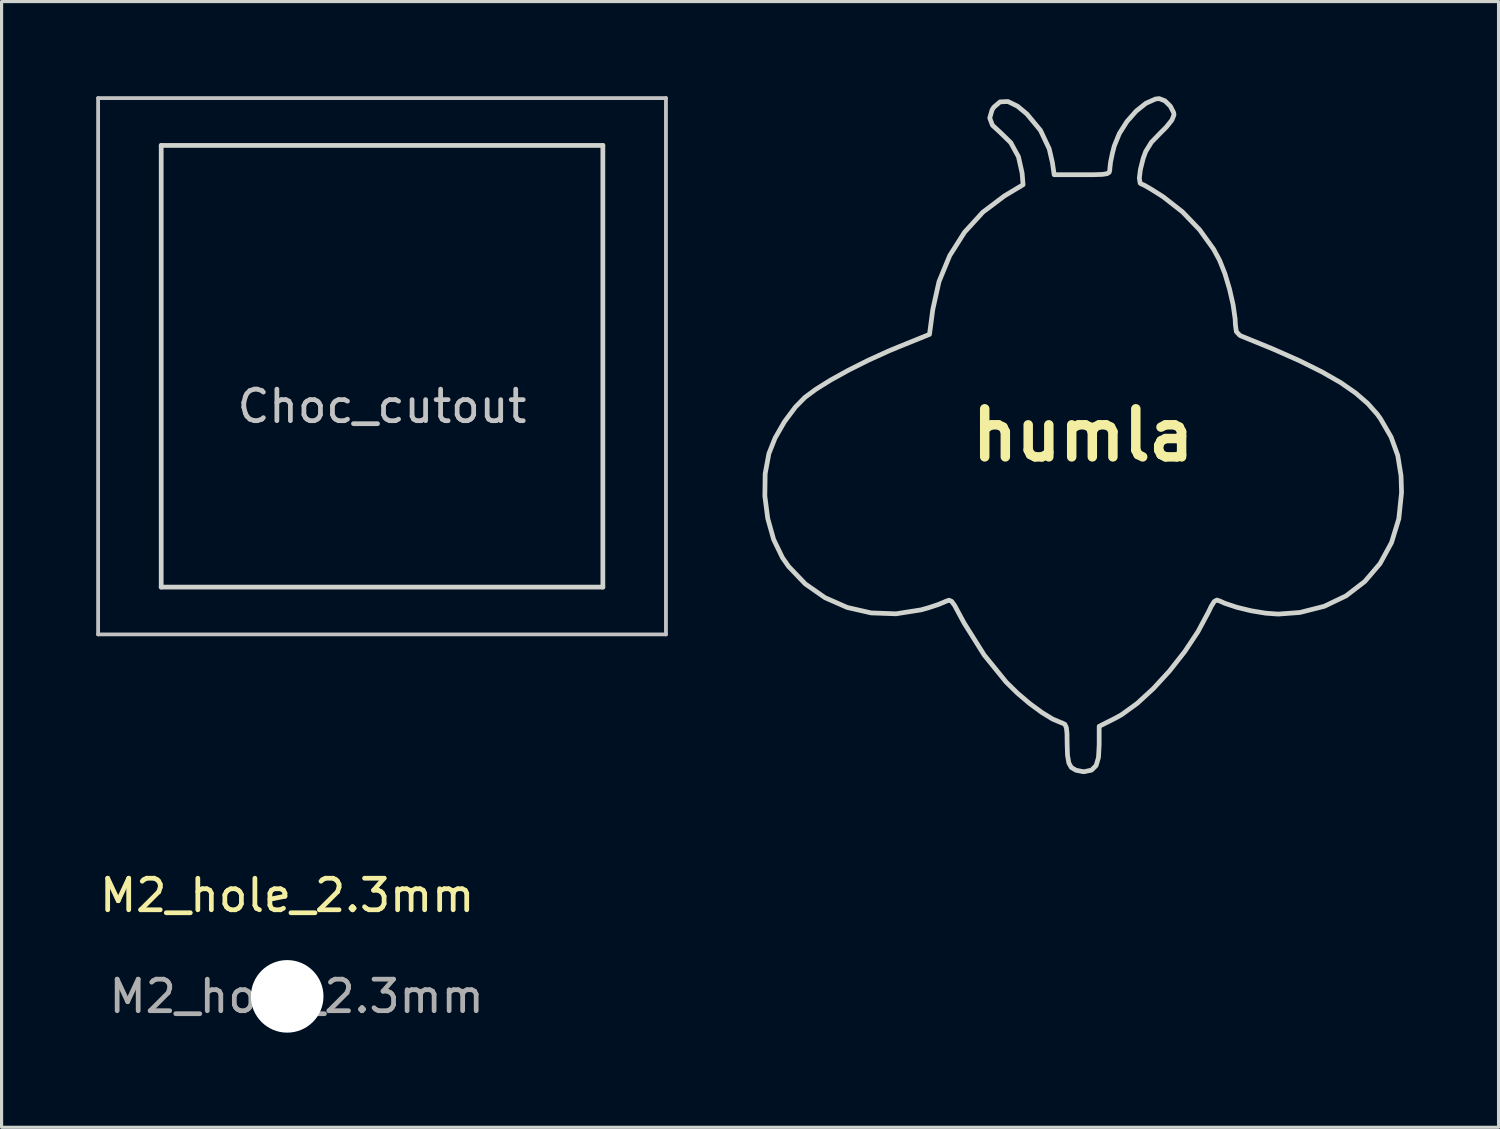
<source format=kicad_pcb>
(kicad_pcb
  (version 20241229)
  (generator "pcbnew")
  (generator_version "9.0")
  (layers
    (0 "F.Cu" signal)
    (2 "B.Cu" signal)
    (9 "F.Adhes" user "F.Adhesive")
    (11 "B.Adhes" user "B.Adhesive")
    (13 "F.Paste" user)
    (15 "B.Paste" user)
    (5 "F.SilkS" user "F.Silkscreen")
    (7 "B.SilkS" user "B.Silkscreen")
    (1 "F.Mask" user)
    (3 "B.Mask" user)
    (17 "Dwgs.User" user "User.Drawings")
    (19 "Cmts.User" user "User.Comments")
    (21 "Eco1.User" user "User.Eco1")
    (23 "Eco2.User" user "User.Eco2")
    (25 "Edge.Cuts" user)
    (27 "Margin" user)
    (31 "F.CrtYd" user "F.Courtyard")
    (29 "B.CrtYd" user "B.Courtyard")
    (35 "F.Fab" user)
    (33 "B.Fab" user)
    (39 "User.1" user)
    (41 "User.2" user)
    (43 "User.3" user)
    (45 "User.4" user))
  (footprint "Choc_cutout"
    (layer "F.Cu")
    (at 9.06 8.56)
    (property "Reference" "Choc_cutout" (at 0 1.27 0) (layer "Dwgs.User") (effects (font (size 1 1) (thickness 0.15))))
    (attr through_hole)
    (fp_line (start -9 -8.5) (end 9 -8.5) (stroke (width 0.12) (type solid)) (layer "Dwgs.User"))
    (fp_line (start -9 8.5) (end -9 -8.5) (stroke (width 0.12) (type solid)) (layer "Dwgs.User"))
    (fp_line (start 9 -8.5) (end 9 8.5) (stroke (width 0.12) (type solid)) (layer "Dwgs.User"))
    (fp_line (start 9 8.5) (end -9 8.5) (stroke (width 0.12) (type solid)) (layer "Dwgs.User"))
    (fp_line (start -7 -7) (end 7 -7) (stroke (width 0.15) (type solid)) (layer "Edge.Cuts"))
    (fp_line (start -7 7) (end -7 -7) (stroke (width 0.15) (type solid)) (layer "Edge.Cuts"))
    (fp_line (start -7 7) (end 7 7) (stroke (width 0.15) (type solid)) (layer "Edge.Cuts"))
    (fp_line (start 7 7) (end 7 -7) (stroke (width 0.15) (type solid)) (layer "Edge.Cuts")))
  (footprint "humla"
    (layer "F.Cu")
    (at 31.285 10.743)
    (property "Reference" "humla" (at 0 0 0) (layer "F.SilkS") (effects (font (size 1.524 1.524) (thickness 0.3))))
    (attr through_hole)
    (fp_poly (pts (xy 2.592 -10.597) (xy 2.764 -10.428) (xy 2.869 -10.223) (xy 2.879 -10.149) (xy 2.813 -9.986) (xy 2.633 -9.761) (xy 2.454 -9.584) (xy 2.165 -9.285) (xy 1.985 -8.994) (xy 1.904 -8.775) (xy 1.814 -8.416) (xy 1.781 -8.144) (xy 1.807 -7.987) (xy 1.851 -7.959) (xy 1.95 -7.915) (xy 2.153 -7.797) (xy 2.423 -7.628) (xy 2.549 -7.546) (xy 3.149 -7.076) (xy 3.691 -6.511) (xy 4.133 -5.898) (xy 4.324 -5.545) (xy 4.491 -5.126) (xy 4.639 -4.633) (xy 4.754 -4.13) (xy 4.818 -3.682) (xy 4.826 -3.506) (xy 4.856 -3.281) (xy 4.968 -3.161) (xy 5.016 -3.139) (xy 6.013 -2.732) (xy 6.86 -2.357) (xy 7.569 -2.005) (xy 8.157 -1.668) (xy 8.635 -1.337) (xy 9.02 -1.004) (xy 9.324 -0.661) (xy 9.425 -0.52) (xy 9.761 0.059) (xy 9.973 0.646) (xy 10.077 1.291) (xy 10.093 1.82) (xy 10.006 2.652) (xy 9.775 3.407) (xy 9.411 4.074) (xy 8.927 4.64) (xy 8.334 5.095) (xy 7.644 5.426) (xy 6.87 5.622) (xy 6.184 5.673) (xy 5.784 5.644) (xy 5.325 5.568) (xy 4.872 5.458) (xy 4.489 5.33) (xy 4.343 5.263) (xy 4.239 5.228) (xy 4.155 5.274) (xy 4.058 5.429) (xy 3.971 5.611) (xy 3.637 6.234) (xy 3.217 6.866) (xy 2.738 7.475) (xy 2.228 8.031) (xy 1.713 8.504) (xy 1.22 8.861) (xy 1.031 8.967) (xy 0.508 9.231) (xy 0.508 9.817) (xy 0.486 10.217) (xy 0.41 10.476) (xy 0.266 10.619) (xy 0.041 10.667) (xy 0 10.668) (xy -0.226 10.623) (xy -0.375 10.535) (xy -0.453 10.395) (xy -0.496 10.148) (xy -0.508 9.782) (xy -0.512 9.461) (xy -0.532 9.27) (xy -0.579 9.17) (xy -0.664 9.124) (xy -0.699 9.114) (xy -0.969 9) (xy -1.314 8.788) (xy -1.699 8.505) (xy -2.084 8.178) (xy -2.433 7.836) (xy -2.441 7.828) (xy -3.137 6.97) (xy -3.774 5.956) (xy -3.934 5.659) (xy -4.073 5.401) (xy -4.169 5.268) (xy -4.254 5.234) (xy -4.363 5.272) (xy -4.403 5.292) (xy -4.604 5.374) (xy -4.897 5.471) (xy -5.138 5.539) (xy -5.933 5.664) (xy -6.72 5.636) (xy -7.477 5.463) (xy -8.181 5.154) (xy -8.808 4.717) (xy -9.338 4.162) (xy -9.533 3.882) (xy -9.81 3.311) (xy -9.998 2.643) (xy -10.09 1.93) (xy -10.08 1.224) (xy -9.962 0.586) (xy -9.766 0.093) (xy -9.471 -0.421) (xy -9.122 -0.889) (xy -8.82 -1.196) (xy -8.473 -1.453) (xy -8.001 -1.747) (xy -7.436 -2.059) (xy -6.813 -2.372) (xy -6.166 -2.666) (xy -5.865 -2.791) (xy -4.871 -3.194) (xy -4.765 -3.989) (xy -4.569 -4.868) (xy -4.23 -5.689) (xy -3.762 -6.429) (xy -3.179 -7.068) (xy -2.494 -7.584) (xy -2.455 -7.607) (xy -1.905 -7.937) (xy -1.935 -8.307) (xy -2.051 -8.825) (xy -2.296 -9.272) (xy -2.626 -9.594) (xy -2.875 -9.823) (xy -2.961 -10.052) (xy -2.889 -10.304) (xy -2.832 -10.395) (xy -2.633 -10.564) (xy -2.384 -10.575) (xy -2.082 -10.428) (xy -1.784 -10.181) (xy -1.353 -9.662) (xy -1.076 -9.076) (xy -0.974 -8.636) (xy -0.919 -8.255) (xy -0.036 -8.255) (xy 0.358 -8.256) (xy 0.613 -8.265) (xy 0.759 -8.288) (xy 0.826 -8.332) (xy 0.845 -8.405) (xy 0.847 -8.461) (xy 0.869 -8.654) (xy 0.928 -8.938) (xy 0.985 -9.161) (xy 1.147 -9.559) (xy 1.388 -9.94) (xy 1.68 -10.271) (xy 1.99 -10.519) (xy 2.29 -10.653) (xy 2.409 -10.668) (xy 2.592 -10.597)) (stroke (width 0.15) (type solid)) (fill no) (layer "Edge.Cuts")))
  (footprint "M2_hole_2.3mm"
    (layer "F.Cu")
    (at 6.054 28.534)
    (property "Reference" "M2_hole_2.3mm" (at 0 -3.2 0) (layer "F.SilkS") (effects (font (size 1 1) (thickness 0.15))))
    (attr exclude_from_pos_files exclude_from_bom)
    (fp_text user "${REFERENCE}" (at 0.3 0 0) (layer "F.Fab") (effects (font (size 1 1) (thickness 0.15))))
    (pad "" np_thru_hole circle (at 0 0) (size 2.3 2.3) (drill 2.3) (layers "*.Cu" "*.Mask")))
  (gr_rect
    (start -3 -3)
    (end 44.453 32.684)
    (stroke (width 0.1) (type default))
    (fill no)
    (layer "Edge.Cuts")))
</source>
